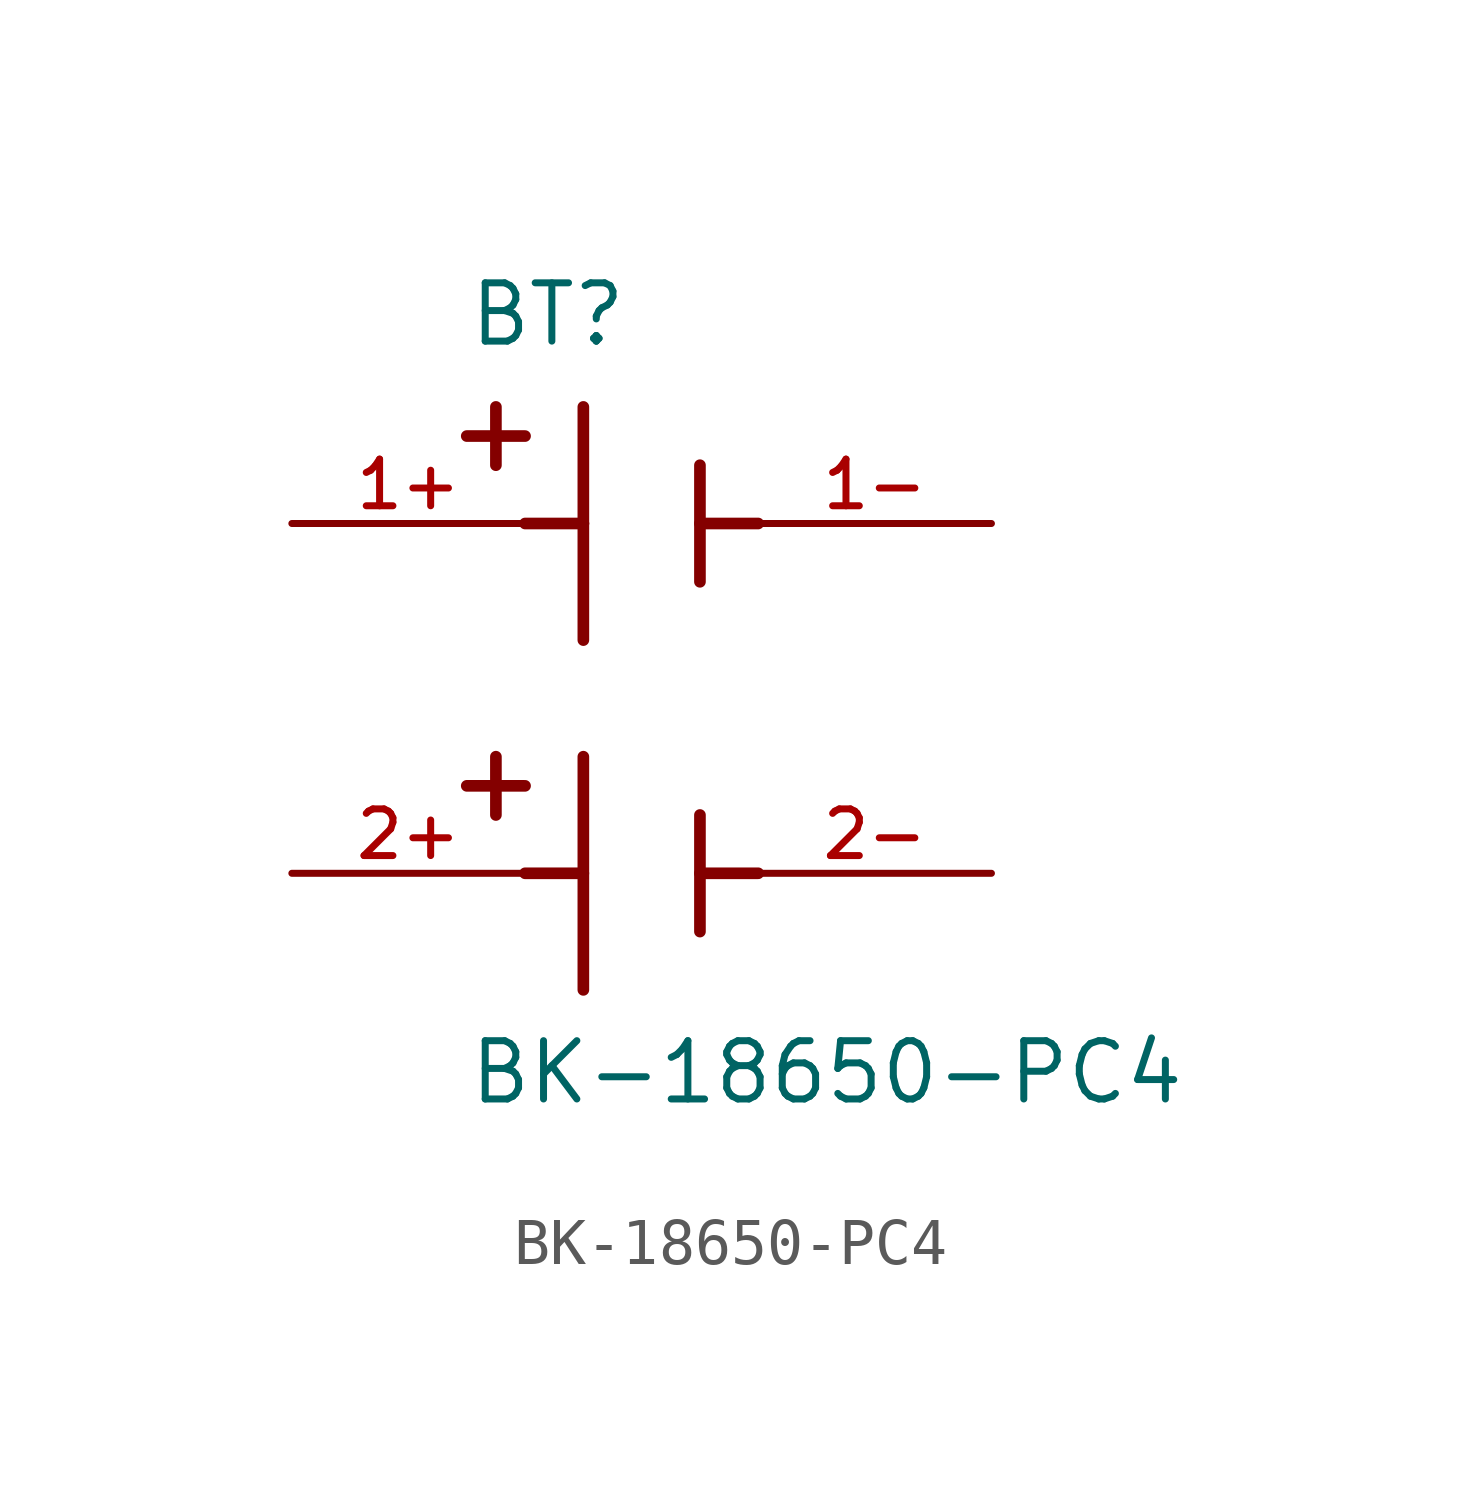
<source format=kicad_sym>
(kicad_symbol_lib
  (version 20211014)
  (generator kicad_symbol_editor)
  (symbol "BK-18650-PC4"
    (pin_names
      (offset 1.016))
    (property "Reference" "BT"
      (at -3.81 6.35 0)
      (effects (font (size 1.27 1.27)) (justify bottom left)))
    (property "Value" "BK-18650-PC4"
      (at -3.81 -10.16 0)
      (effects (font (size 1.27 1.27)) (justify bottom left)))
    (symbol "BK-18650-PC4_0_0"
      (polyline (pts (xy -1.27 5.08) (xy -1.27 2.54)) (stroke (width 0.254)))
      (polyline (pts (xy -1.27 2.54) (xy -1.27 0.0)) (stroke (width 0.254)))
      (polyline (pts (xy 1.27 3.81) (xy 1.27 1.27)) (stroke (width 0.254)))
      (polyline (pts (xy -1.27 2.54) (xy -2.54 2.54)) (stroke (width 0.254)))
      (polyline (pts (xy 1.27 2.54) (xy 2.54 2.54)) (stroke (width 0.254)))
      (polyline (pts (xy -3.175 5.08) (xy -3.175 3.81)) (stroke (width 0.254)))
      (polyline (pts (xy -3.81 4.445) (xy -2.54 4.445)) (stroke (width 0.254)))
      (polyline (pts (xy -1.27 -2.54) (xy -1.27 -7.62)) (stroke (width 0.254)))
      (polyline (pts (xy 1.27 -3.81) (xy 1.27 -6.35)) (stroke (width 0.254)))
      (polyline (pts (xy -1.27 -5.08) (xy -2.54 -5.08)) (stroke (width 0.254)))
      (polyline (pts (xy 1.27 -5.08) (xy 2.54 -5.08)) (stroke (width 0.254)))
      (polyline (pts (xy -3.175 -2.54) (xy -3.175 -3.81)) (stroke (width 0.254)))
      (polyline (pts (xy -3.81 -3.175) (xy -2.54 -3.175)) (stroke (width 0.254)))
      (pin passive line (at -7.62 2.54 0) (length 5.08) (name "~" (effects (font (size 1.016 1.016)))) (number "1+" (effects (font (size 1.016 1.016)))))
      (pin passive line (at 7.62 2.54 180.0) (length 5.08) (name "~" (effects (font (size 1.016 1.016)))) (number "1-" (effects (font (size 1.016 1.016)))))
      (pin passive line (at -7.62 -5.08 0) (length 5.08) (name "~" (effects (font (size 1.016 1.016)))) (number "2+" (effects (font (size 1.016 1.016)))))
      (pin passive line (at 7.62 -5.08 180.0) (length 5.08) (name "~" (effects (font (size 1.016 1.016)))) (number "2-" (effects (font (size 1.016 1.016))))))))
</source>
